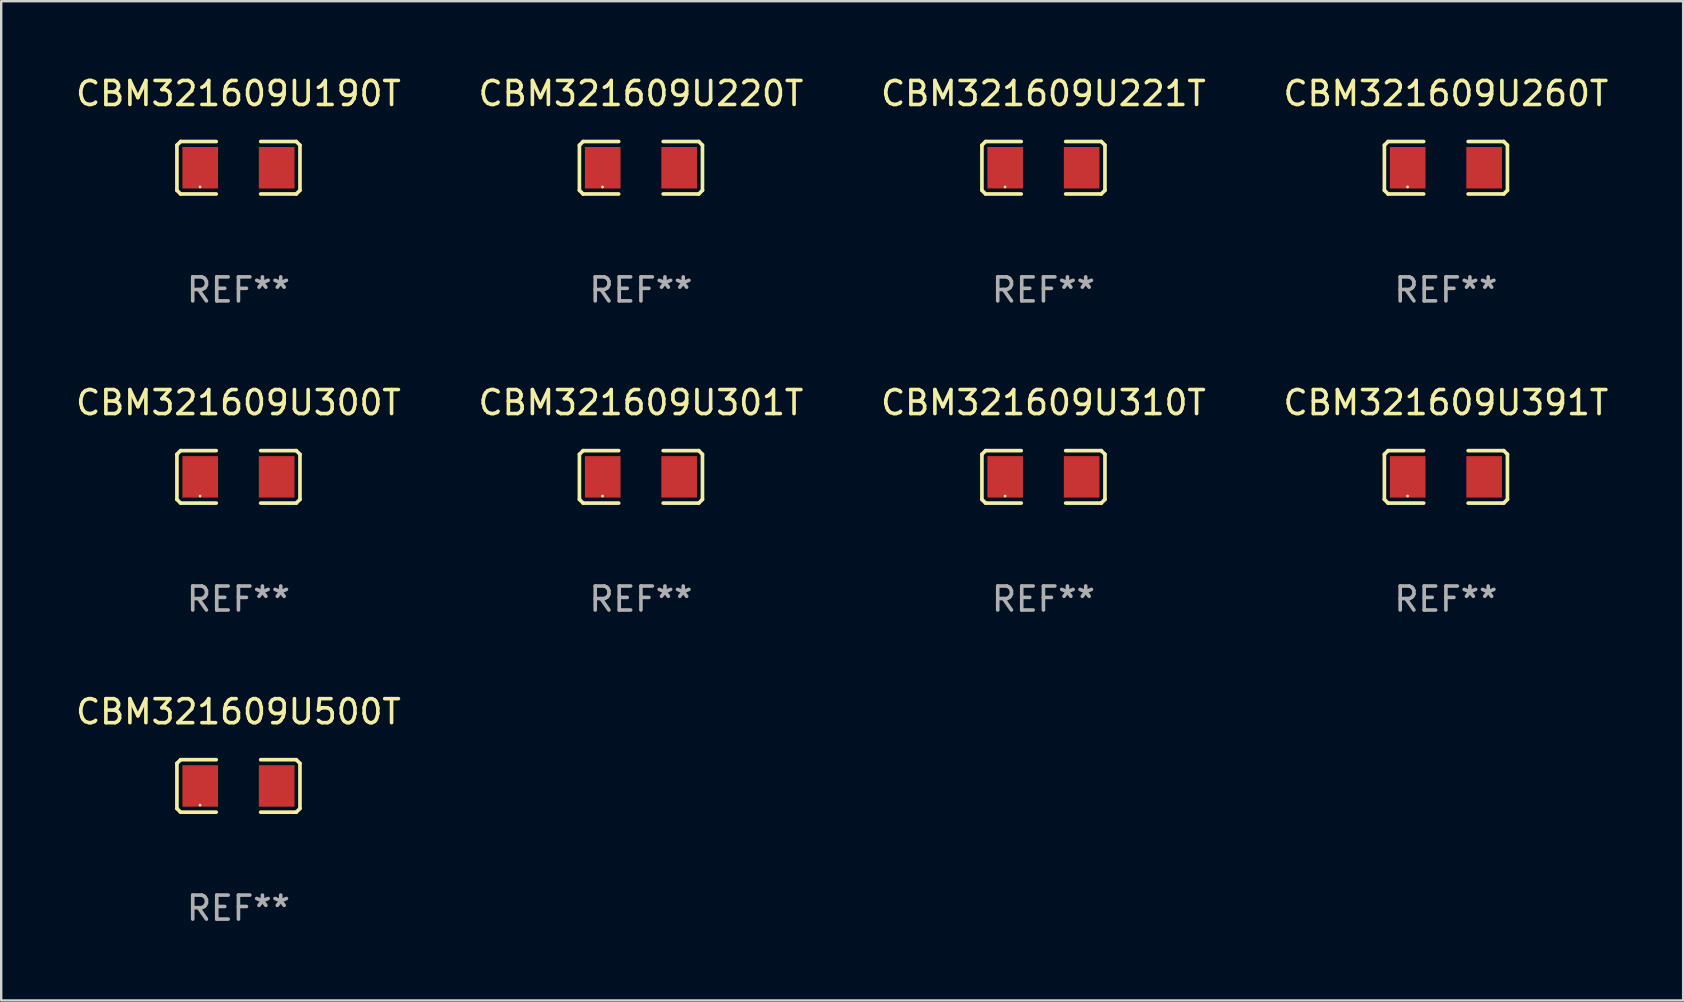
<source format=kicad_pcb>
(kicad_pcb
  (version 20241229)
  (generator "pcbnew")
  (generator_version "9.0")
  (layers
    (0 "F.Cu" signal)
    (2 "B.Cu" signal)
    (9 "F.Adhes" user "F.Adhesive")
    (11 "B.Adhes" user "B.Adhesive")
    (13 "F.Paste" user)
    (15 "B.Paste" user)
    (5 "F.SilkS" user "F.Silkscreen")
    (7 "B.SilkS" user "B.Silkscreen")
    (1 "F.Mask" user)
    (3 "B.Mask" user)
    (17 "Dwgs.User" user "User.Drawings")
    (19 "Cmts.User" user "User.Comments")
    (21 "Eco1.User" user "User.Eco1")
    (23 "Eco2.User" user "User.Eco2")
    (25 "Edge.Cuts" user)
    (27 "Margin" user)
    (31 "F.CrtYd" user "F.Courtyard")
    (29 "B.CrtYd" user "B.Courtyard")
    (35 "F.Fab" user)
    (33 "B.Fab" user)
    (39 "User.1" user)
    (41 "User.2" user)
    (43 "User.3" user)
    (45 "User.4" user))
  (footprint "CBM321609U220T"
    (layer "F.Cu")
    (at 23.661 3.941)
    (property "Reference" "CBM321609U220T" (at 0 -3.093 0) (layer "F.SilkS") (effects (font (size 1 1) (thickness 0.15))))
    (attr through_hole)
    (fp_line (start -2.564 -0.94) (end -2.411 -1.093) (stroke (width 0.152) (type solid)) (layer "F.SilkS"))
    (fp_line (start -2.564 0.94) (end -2.564 -0.94) (stroke (width 0.152) (type solid)) (layer "F.SilkS"))
    (fp_line (start -2.411 -1.093) (end -0.926 -1.093) (stroke (width 0.152) (type solid)) (layer "F.SilkS"))
    (fp_line (start -2.411 1.093) (end -2.564 0.94) (stroke (width 0.152) (type solid)) (layer "F.SilkS"))
    (fp_line (start -0.926 1.093) (end -2.411 1.093) (stroke (width 0.152) (type solid)) (layer "F.SilkS"))
    (fp_line (start 0.926 1.093) (end 2.411 1.093) (stroke (width 0.152) (type solid)) (layer "F.SilkS"))
    (fp_line (start 2.411 -1.093) (end 0.926 -1.093) (stroke (width 0.152) (type solid)) (layer "F.SilkS"))
    (fp_line (start 2.411 1.093) (end 2.564 0.94) (stroke (width 0.152) (type solid)) (layer "F.SilkS"))
    (fp_line (start 2.564 -0.94) (end 2.411 -1.093) (stroke (width 0.152) (type solid)) (layer "F.SilkS"))
    (fp_line (start 2.564 0.94) (end 2.564 -0.94) (stroke (width 0.152) (type solid)) (layer "F.SilkS"))
    (fp_circle (center -1.6 0.8) (end -1.57 0.8) (stroke (width 0.06) (type solid)) (fill no) (layer "F.SilkS"))
    (fp_text user "REF**" (at 0 5.093 0) (layer "F.Fab") (effects (font (size 1 1) (thickness 0.15))))
    (pad "1" smd rect (at -1.593 0) (size 1.485 1.728) (layers "F.Cu" "F.Mask" "F.Paste"))
    (pad "2" smd rect (at 1.593 0) (size 1.485 1.728) (layers "F.Cu" "F.Mask" "F.Paste")))
  (footprint "CBM321609U500T"
    (layer "F.Cu")
    (at 6.887 29.704)
    (property "Reference" "CBM321609U500T" (at 0 -3.093 0) (layer "F.SilkS") (effects (font (size 1 1) (thickness 0.15))))
    (attr through_hole)
    (fp_line (start -2.564 -0.94) (end -2.411 -1.093) (stroke (width 0.152) (type solid)) (layer "F.SilkS"))
    (fp_line (start -2.564 0.94) (end -2.564 -0.94) (stroke (width 0.152) (type solid)) (layer "F.SilkS"))
    (fp_line (start -2.411 -1.093) (end -0.926 -1.093) (stroke (width 0.152) (type solid)) (layer "F.SilkS"))
    (fp_line (start -2.411 1.093) (end -2.564 0.94) (stroke (width 0.152) (type solid)) (layer "F.SilkS"))
    (fp_line (start -0.926 1.093) (end -2.411 1.093) (stroke (width 0.152) (type solid)) (layer "F.SilkS"))
    (fp_line (start 0.926 1.093) (end 2.411 1.093) (stroke (width 0.152) (type solid)) (layer "F.SilkS"))
    (fp_line (start 2.411 -1.093) (end 0.926 -1.093) (stroke (width 0.152) (type solid)) (layer "F.SilkS"))
    (fp_line (start 2.411 1.093) (end 2.564 0.94) (stroke (width 0.152) (type solid)) (layer "F.SilkS"))
    (fp_line (start 2.564 -0.94) (end 2.411 -1.093) (stroke (width 0.152) (type solid)) (layer "F.SilkS"))
    (fp_line (start 2.564 0.94) (end 2.564 -0.94) (stroke (width 0.152) (type solid)) (layer "F.SilkS"))
    (fp_circle (center -1.6 0.8) (end -1.57 0.8) (stroke (width 0.06) (type solid)) (fill no) (layer "F.SilkS"))
    (fp_text user "REF**" (at 0 5.093 0) (layer "F.Fab") (effects (font (size 1 1) (thickness 0.15))))
    (pad "1" smd rect (at -1.593 0) (size 1.485 1.728) (layers "F.Cu" "F.Mask" "F.Paste"))
    (pad "2" smd rect (at 1.593 0) (size 1.485 1.728) (layers "F.Cu" "F.Mask" "F.Paste")))
  (footprint "CBM321609U221T"
    (layer "F.Cu")
    (at 40.435 3.941)
    (property "Reference" "CBM321609U221T" (at 0 -3.093 0) (layer "F.SilkS") (effects (font (size 1 1) (thickness 0.15))))
    (attr through_hole)
    (fp_line (start -2.564 -0.94) (end -2.411 -1.093) (stroke (width 0.152) (type solid)) (layer "F.SilkS"))
    (fp_line (start -2.564 0.94) (end -2.564 -0.94) (stroke (width 0.152) (type solid)) (layer "F.SilkS"))
    (fp_line (start -2.411 -1.093) (end -0.926 -1.093) (stroke (width 0.152) (type solid)) (layer "F.SilkS"))
    (fp_line (start -2.411 1.093) (end -2.564 0.94) (stroke (width 0.152) (type solid)) (layer "F.SilkS"))
    (fp_line (start -0.926 1.093) (end -2.411 1.093) (stroke (width 0.152) (type solid)) (layer "F.SilkS"))
    (fp_line (start 0.926 1.093) (end 2.411 1.093) (stroke (width 0.152) (type solid)) (layer "F.SilkS"))
    (fp_line (start 2.411 -1.093) (end 0.926 -1.093) (stroke (width 0.152) (type solid)) (layer "F.SilkS"))
    (fp_line (start 2.411 1.093) (end 2.564 0.94) (stroke (width 0.152) (type solid)) (layer "F.SilkS"))
    (fp_line (start 2.564 -0.94) (end 2.411 -1.093) (stroke (width 0.152) (type solid)) (layer "F.SilkS"))
    (fp_line (start 2.564 0.94) (end 2.564 -0.94) (stroke (width 0.152) (type solid)) (layer "F.SilkS"))
    (fp_circle (center -1.6 0.8) (end -1.57 0.8) (stroke (width 0.06) (type solid)) (fill no) (layer "F.SilkS"))
    (fp_text user "REF**" (at 0 5.093 0) (layer "F.Fab") (effects (font (size 1 1) (thickness 0.15))))
    (pad "1" smd rect (at -1.593 0) (size 1.485 1.728) (layers "F.Cu" "F.Mask" "F.Paste"))
    (pad "2" smd rect (at 1.593 0) (size 1.485 1.728) (layers "F.Cu" "F.Mask" "F.Paste")))
  (footprint "CBM321609U301T"
    (layer "F.Cu")
    (at 23.661 16.823)
    (property "Reference" "CBM321609U301T" (at 0 -3.093 0) (layer "F.SilkS") (effects (font (size 1 1) (thickness 0.15))))
    (attr through_hole)
    (fp_line (start -2.564 -0.94) (end -2.411 -1.093) (stroke (width 0.152) (type solid)) (layer "F.SilkS"))
    (fp_line (start -2.564 0.94) (end -2.564 -0.94) (stroke (width 0.152) (type solid)) (layer "F.SilkS"))
    (fp_line (start -2.411 -1.093) (end -0.926 -1.093) (stroke (width 0.152) (type solid)) (layer "F.SilkS"))
    (fp_line (start -2.411 1.093) (end -2.564 0.94) (stroke (width 0.152) (type solid)) (layer "F.SilkS"))
    (fp_line (start -0.926 1.093) (end -2.411 1.093) (stroke (width 0.152) (type solid)) (layer "F.SilkS"))
    (fp_line (start 0.926 1.093) (end 2.411 1.093) (stroke (width 0.152) (type solid)) (layer "F.SilkS"))
    (fp_line (start 2.411 -1.093) (end 0.926 -1.093) (stroke (width 0.152) (type solid)) (layer "F.SilkS"))
    (fp_line (start 2.411 1.093) (end 2.564 0.94) (stroke (width 0.152) (type solid)) (layer "F.SilkS"))
    (fp_line (start 2.564 -0.94) (end 2.411 -1.093) (stroke (width 0.152) (type solid)) (layer "F.SilkS"))
    (fp_line (start 2.564 0.94) (end 2.564 -0.94) (stroke (width 0.152) (type solid)) (layer "F.SilkS"))
    (fp_circle (center -1.6 0.8) (end -1.57 0.8) (stroke (width 0.06) (type solid)) (fill no) (layer "F.SilkS"))
    (fp_text user "REF**" (at 0 5.093 0) (layer "F.Fab") (effects (font (size 1 1) (thickness 0.15))))
    (pad "1" smd rect (at -1.593 0) (size 1.485 1.728) (layers "F.Cu" "F.Mask" "F.Paste"))
    (pad "2" smd rect (at 1.593 0) (size 1.485 1.728) (layers "F.Cu" "F.Mask" "F.Paste")))
  (footprint "CBM321609U300T"
    (layer "F.Cu")
    (at 6.887 16.823)
    (property "Reference" "CBM321609U300T" (at 0 -3.093 0) (layer "F.SilkS") (effects (font (size 1 1) (thickness 0.15))))
    (attr through_hole)
    (fp_line (start -2.564 -0.94) (end -2.411 -1.093) (stroke (width 0.152) (type solid)) (layer "F.SilkS"))
    (fp_line (start -2.564 0.94) (end -2.564 -0.94) (stroke (width 0.152) (type solid)) (layer "F.SilkS"))
    (fp_line (start -2.411 -1.093) (end -0.926 -1.093) (stroke (width 0.152) (type solid)) (layer "F.SilkS"))
    (fp_line (start -2.411 1.093) (end -2.564 0.94) (stroke (width 0.152) (type solid)) (layer "F.SilkS"))
    (fp_line (start -0.926 1.093) (end -2.411 1.093) (stroke (width 0.152) (type solid)) (layer "F.SilkS"))
    (fp_line (start 0.926 1.093) (end 2.411 1.093) (stroke (width 0.152) (type solid)) (layer "F.SilkS"))
    (fp_line (start 2.411 -1.093) (end 0.926 -1.093) (stroke (width 0.152) (type solid)) (layer "F.SilkS"))
    (fp_line (start 2.411 1.093) (end 2.564 0.94) (stroke (width 0.152) (type solid)) (layer "F.SilkS"))
    (fp_line (start 2.564 -0.94) (end 2.411 -1.093) (stroke (width 0.152) (type solid)) (layer "F.SilkS"))
    (fp_line (start 2.564 0.94) (end 2.564 -0.94) (stroke (width 0.152) (type solid)) (layer "F.SilkS"))
    (fp_circle (center -1.6 0.8) (end -1.57 0.8) (stroke (width 0.06) (type solid)) (fill no) (layer "F.SilkS"))
    (fp_text user "REF**" (at 0 5.093 0) (layer "F.Fab") (effects (font (size 1 1) (thickness 0.15))))
    (pad "1" smd rect (at -1.593 0) (size 1.485 1.728) (layers "F.Cu" "F.Mask" "F.Paste"))
    (pad "2" smd rect (at 1.593 0) (size 1.485 1.728) (layers "F.Cu" "F.Mask" "F.Paste")))
  (footprint "CBM321609U310T"
    (layer "F.Cu")
    (at 40.435 16.823)
    (property "Reference" "CBM321609U310T" (at 0 -3.093 0) (layer "F.SilkS") (effects (font (size 1 1) (thickness 0.15))))
    (attr through_hole)
    (fp_line (start -2.564 -0.94) (end -2.411 -1.093) (stroke (width 0.152) (type solid)) (layer "F.SilkS"))
    (fp_line (start -2.564 0.94) (end -2.564 -0.94) (stroke (width 0.152) (type solid)) (layer "F.SilkS"))
    (fp_line (start -2.411 -1.093) (end -0.926 -1.093) (stroke (width 0.152) (type solid)) (layer "F.SilkS"))
    (fp_line (start -2.411 1.093) (end -2.564 0.94) (stroke (width 0.152) (type solid)) (layer "F.SilkS"))
    (fp_line (start -0.926 1.093) (end -2.411 1.093) (stroke (width 0.152) (type solid)) (layer "F.SilkS"))
    (fp_line (start 0.926 1.093) (end 2.411 1.093) (stroke (width 0.152) (type solid)) (layer "F.SilkS"))
    (fp_line (start 2.411 -1.093) (end 0.926 -1.093) (stroke (width 0.152) (type solid)) (layer "F.SilkS"))
    (fp_line (start 2.411 1.093) (end 2.564 0.94) (stroke (width 0.152) (type solid)) (layer "F.SilkS"))
    (fp_line (start 2.564 -0.94) (end 2.411 -1.093) (stroke (width 0.152) (type solid)) (layer "F.SilkS"))
    (fp_line (start 2.564 0.94) (end 2.564 -0.94) (stroke (width 0.152) (type solid)) (layer "F.SilkS"))
    (fp_circle (center -1.6 0.8) (end -1.57 0.8) (stroke (width 0.06) (type solid)) (fill no) (layer "F.SilkS"))
    (fp_text user "REF**" (at 0 5.093 0) (layer "F.Fab") (effects (font (size 1 1) (thickness 0.15))))
    (pad "1" smd rect (at -1.593 0) (size 1.485 1.728) (layers "F.Cu" "F.Mask" "F.Paste"))
    (pad "2" smd rect (at 1.593 0) (size 1.485 1.728) (layers "F.Cu" "F.Mask" "F.Paste")))
  (footprint "CBM321609U391T"
    (layer "F.Cu")
    (at 57.208 16.823)
    (property "Reference" "CBM321609U391T" (at 0 -3.093 0) (layer "F.SilkS") (effects (font (size 1 1) (thickness 0.15))))
    (attr through_hole)
    (fp_line (start -2.564 -0.94) (end -2.411 -1.093) (stroke (width 0.152) (type solid)) (layer "F.SilkS"))
    (fp_line (start -2.564 0.94) (end -2.564 -0.94) (stroke (width 0.152) (type solid)) (layer "F.SilkS"))
    (fp_line (start -2.411 -1.093) (end -0.926 -1.093) (stroke (width 0.152) (type solid)) (layer "F.SilkS"))
    (fp_line (start -2.411 1.093) (end -2.564 0.94) (stroke (width 0.152) (type solid)) (layer "F.SilkS"))
    (fp_line (start -0.926 1.093) (end -2.411 1.093) (stroke (width 0.152) (type solid)) (layer "F.SilkS"))
    (fp_line (start 0.926 1.093) (end 2.411 1.093) (stroke (width 0.152) (type solid)) (layer "F.SilkS"))
    (fp_line (start 2.411 -1.093) (end 0.926 -1.093) (stroke (width 0.152) (type solid)) (layer "F.SilkS"))
    (fp_line (start 2.411 1.093) (end 2.564 0.94) (stroke (width 0.152) (type solid)) (layer "F.SilkS"))
    (fp_line (start 2.564 -0.94) (end 2.411 -1.093) (stroke (width 0.152) (type solid)) (layer "F.SilkS"))
    (fp_line (start 2.564 0.94) (end 2.564 -0.94) (stroke (width 0.152) (type solid)) (layer "F.SilkS"))
    (fp_circle (center -1.6 0.8) (end -1.57 0.8) (stroke (width 0.06) (type solid)) (fill no) (layer "F.SilkS"))
    (fp_text user "REF**" (at 0 5.093 0) (layer "F.Fab") (effects (font (size 1 1) (thickness 0.15))))
    (pad "1" smd rect (at -1.593 0) (size 1.485 1.728) (layers "F.Cu" "F.Mask" "F.Paste"))
    (pad "2" smd rect (at 1.593 0) (size 1.485 1.728) (layers "F.Cu" "F.Mask" "F.Paste")))
  (footprint "CBM321609U190T"
    (layer "F.Cu")
    (at 6.887 3.941)
    (property "Reference" "CBM321609U190T" (at 0 -3.093 0) (layer "F.SilkS") (effects (font (size 1 1) (thickness 0.15))))
    (attr through_hole)
    (fp_line (start -2.564 -0.94) (end -2.411 -1.093) (stroke (width 0.152) (type solid)) (layer "F.SilkS"))
    (fp_line (start -2.564 0.94) (end -2.564 -0.94) (stroke (width 0.152) (type solid)) (layer "F.SilkS"))
    (fp_line (start -2.411 -1.093) (end -0.926 -1.093) (stroke (width 0.152) (type solid)) (layer "F.SilkS"))
    (fp_line (start -2.411 1.093) (end -2.564 0.94) (stroke (width 0.152) (type solid)) (layer "F.SilkS"))
    (fp_line (start -0.926 1.093) (end -2.411 1.093) (stroke (width 0.152) (type solid)) (layer "F.SilkS"))
    (fp_line (start 0.926 1.093) (end 2.411 1.093) (stroke (width 0.152) (type solid)) (layer "F.SilkS"))
    (fp_line (start 2.411 -1.093) (end 0.926 -1.093) (stroke (width 0.152) (type solid)) (layer "F.SilkS"))
    (fp_line (start 2.411 1.093) (end 2.564 0.94) (stroke (width 0.152) (type solid)) (layer "F.SilkS"))
    (fp_line (start 2.564 -0.94) (end 2.411 -1.093) (stroke (width 0.152) (type solid)) (layer "F.SilkS"))
    (fp_line (start 2.564 0.94) (end 2.564 -0.94) (stroke (width 0.152) (type solid)) (layer "F.SilkS"))
    (fp_circle (center -1.6 0.8) (end -1.57 0.8) (stroke (width 0.06) (type solid)) (fill no) (layer "F.SilkS"))
    (fp_text user "REF**" (at 0 5.093 0) (layer "F.Fab") (effects (font (size 1 1) (thickness 0.15))))
    (pad "1" smd rect (at -1.593 0) (size 1.485 1.728) (layers "F.Cu" "F.Mask" "F.Paste"))
    (pad "2" smd rect (at 1.593 0) (size 1.485 1.728) (layers "F.Cu" "F.Mask" "F.Paste")))
  (footprint "CBM321609U260T"
    (layer "F.Cu")
    (at 57.208 3.941)
    (property "Reference" "CBM321609U260T" (at 0 -3.093 0) (layer "F.SilkS") (effects (font (size 1 1) (thickness 0.15))))
    (attr through_hole)
    (fp_line (start -2.564 -0.94) (end -2.411 -1.093) (stroke (width 0.152) (type solid)) (layer "F.SilkS"))
    (fp_line (start -2.564 0.94) (end -2.564 -0.94) (stroke (width 0.152) (type solid)) (layer "F.SilkS"))
    (fp_line (start -2.411 -1.093) (end -0.926 -1.093) (stroke (width 0.152) (type solid)) (layer "F.SilkS"))
    (fp_line (start -2.411 1.093) (end -2.564 0.94) (stroke (width 0.152) (type solid)) (layer "F.SilkS"))
    (fp_line (start -0.926 1.093) (end -2.411 1.093) (stroke (width 0.152) (type solid)) (layer "F.SilkS"))
    (fp_line (start 0.926 1.093) (end 2.411 1.093) (stroke (width 0.152) (type solid)) (layer "F.SilkS"))
    (fp_line (start 2.411 -1.093) (end 0.926 -1.093) (stroke (width 0.152) (type solid)) (layer "F.SilkS"))
    (fp_line (start 2.411 1.093) (end 2.564 0.94) (stroke (width 0.152) (type solid)) (layer "F.SilkS"))
    (fp_line (start 2.564 -0.94) (end 2.411 -1.093) (stroke (width 0.152) (type solid)) (layer "F.SilkS"))
    (fp_line (start 2.564 0.94) (end 2.564 -0.94) (stroke (width 0.152) (type solid)) (layer "F.SilkS"))
    (fp_circle (center -1.6 0.8) (end -1.57 0.8) (stroke (width 0.06) (type solid)) (fill no) (layer "F.SilkS"))
    (fp_text user "REF**" (at 0 5.093 0) (layer "F.Fab") (effects (font (size 1 1) (thickness 0.15))))
    (pad "1" smd rect (at -1.593 0) (size 1.485 1.728) (layers "F.Cu" "F.Mask" "F.Paste"))
    (pad "2" smd rect (at 1.593 0) (size 1.485 1.728) (layers "F.Cu" "F.Mask" "F.Paste")))
  (gr_rect
    (start -3 -3)
    (end 67.095 38.645)
    (stroke (width 0.1) (type default))
    (fill no)
    (layer "Edge.Cuts")))
</source>
